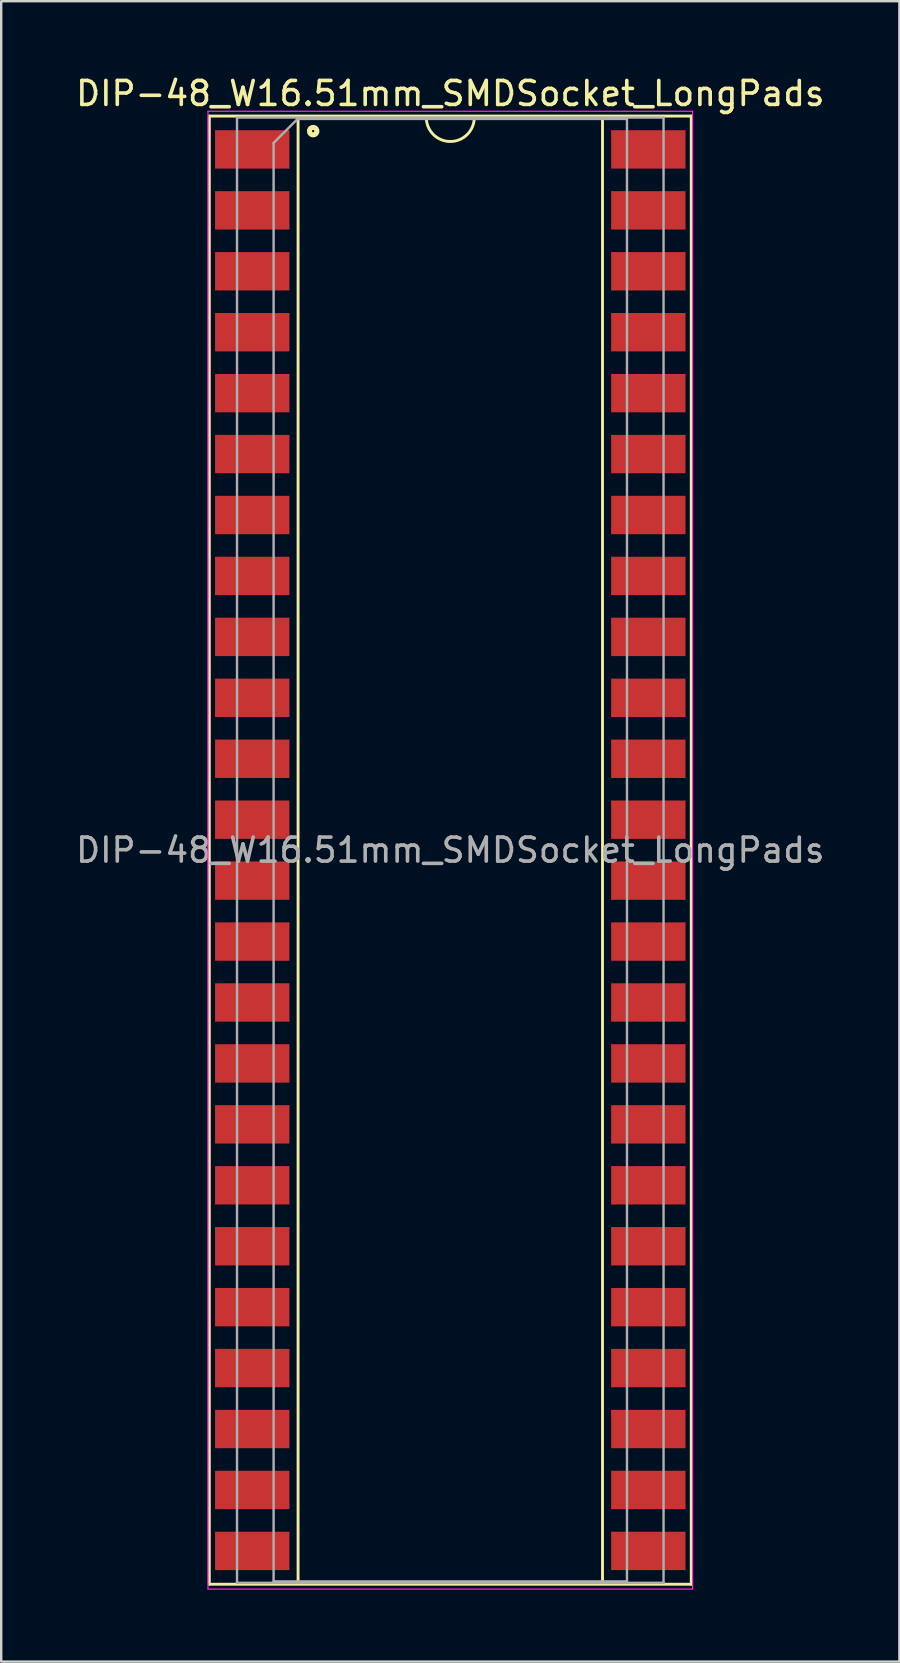
<source format=kicad_pcb>
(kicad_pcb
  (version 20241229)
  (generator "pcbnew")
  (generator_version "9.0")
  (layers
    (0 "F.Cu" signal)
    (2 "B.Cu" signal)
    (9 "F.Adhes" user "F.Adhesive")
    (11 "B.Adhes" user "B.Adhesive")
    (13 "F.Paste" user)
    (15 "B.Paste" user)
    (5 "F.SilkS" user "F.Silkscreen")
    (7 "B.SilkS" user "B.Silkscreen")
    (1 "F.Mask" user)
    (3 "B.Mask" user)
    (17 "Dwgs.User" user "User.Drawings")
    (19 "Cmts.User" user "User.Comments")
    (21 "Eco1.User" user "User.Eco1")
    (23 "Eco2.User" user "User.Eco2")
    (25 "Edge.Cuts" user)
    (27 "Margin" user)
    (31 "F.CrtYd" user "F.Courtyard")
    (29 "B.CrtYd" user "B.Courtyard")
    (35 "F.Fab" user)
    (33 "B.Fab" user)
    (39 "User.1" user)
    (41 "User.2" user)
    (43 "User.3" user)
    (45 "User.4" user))
  (footprint "DIP-48_W16.51mm_SMDSocket_LongPads"
    (layer "F.Cu")
    (at 15.72 32.388)
    (property "Reference" "DIP-48_W16.51mm_SMDSocket_LongPads" (at 0 -31.54 0) (layer "F.SilkS") (effects (font (size 1 1) (thickness 0.15))))
    (attr smd)
    (fp_line (start -10.045 -30.6) (end -10.045 30.6) (stroke (width 0.12) (type solid)) (layer "F.SilkS"))
    (fp_line (start -10.045 30.6) (end 10.045 30.6) (stroke (width 0.12) (type solid)) (layer "F.SilkS"))
    (fp_line (start -6.345 -30.54) (end -6.345 30.54) (stroke (width 0.12) (type solid)) (layer "F.SilkS"))
    (fp_line (start -6.345 30.54) (end 6.345 30.54) (stroke (width 0.12) (type solid)) (layer "F.SilkS"))
    (fp_line (start -1 -30.54) (end -6.345 -30.54) (stroke (width 0.12) (type solid)) (layer "F.SilkS"))
    (fp_line (start 6.345 -30.54) (end 1 -30.54) (stroke (width 0.12) (type solid)) (layer "F.SilkS"))
    (fp_line (start 6.345 30.54) (end 6.345 -30.54) (stroke (width 0.12) (type solid)) (layer "F.SilkS"))
    (fp_line (start 10.045 -30.6) (end -10.045 -30.6) (stroke (width 0.12) (type solid)) (layer "F.SilkS"))
    (fp_line (start 10.045 30.6) (end 10.045 -30.6) (stroke (width 0.12) (type solid)) (layer "F.SilkS"))
    (fp_arc (start 1 -30.54) (mid 0 -29.54) (end -1 -30.54) (stroke (width 0.12) (type solid)) (layer "F.SilkS"))
    (fp_circle (center -5.715 -29.972) (end -5.665 -29.972) (stroke (width 0.12) (type solid)) (fill no) (layer "F.SilkS"))
    (fp_circle (center -5.715 -29.972) (end -5.59 -29.972) (stroke (width 0.12) (type solid)) (fill no) (layer "F.SilkS"))
    (fp_circle (center -5.715 -29.972) (end -5.515 -29.972) (stroke (width 0.12) (type solid)) (fill no) (layer "F.SilkS"))
    (fp_line (start -10.1 -30.8) (end -10.1 30.8) (stroke (width 0.05) (type solid)) (layer "F.CrtYd"))
    (fp_line (start -10.1 30.8) (end 10.1 30.8) (stroke (width 0.05) (type solid)) (layer "F.CrtYd"))
    (fp_line (start 10.1 -30.8) (end -10.1 -30.8) (stroke (width 0.05) (type solid)) (layer "F.CrtYd"))
    (fp_line (start 10.1 30.8) (end 10.1 -30.8) (stroke (width 0.05) (type solid)) (layer "F.CrtYd"))
    (fp_line (start -8.89 -30.54) (end -8.89 30.54) (stroke (width 0.1) (type solid)) (layer "F.Fab"))
    (fp_line (start -8.89 30.54) (end 8.89 30.54) (stroke (width 0.1) (type solid)) (layer "F.Fab"))
    (fp_line (start -7.365 -29.48) (end -6.365 -30.48) (stroke (width 0.1) (type solid)) (layer "F.Fab"))
    (fp_line (start -7.365 30.48) (end -7.365 -29.48) (stroke (width 0.1) (type solid)) (layer "F.Fab"))
    (fp_line (start -6.365 -30.48) (end 7.365 -30.48) (stroke (width 0.1) (type solid)) (layer "F.Fab"))
    (fp_line (start 7.365 -30.48) (end 7.365 30.48) (stroke (width 0.1) (type solid)) (layer "F.Fab"))
    (fp_line (start 7.365 30.48) (end -7.365 30.48) (stroke (width 0.1) (type solid)) (layer "F.Fab"))
    (fp_line (start 8.89 -30.54) (end -8.89 -30.54) (stroke (width 0.1) (type solid)) (layer "F.Fab"))
    (fp_line (start 8.89 30.54) (end 8.89 -30.54) (stroke (width 0.1) (type solid)) (layer "F.Fab"))
    (fp_text user "${REFERENCE}" (at 0 0 0) (layer "F.Fab") (effects (font (size 1 1) (thickness 0.15))))
    (pad "1" smd rect (at -8.255 -29.21) (size 3.1 1.6) (layers "F.Cu" "F.Mask" "F.Paste"))
    (pad "2" smd rect (at -8.255 -26.67) (size 3.1 1.6) (layers "F.Cu" "F.Mask" "F.Paste"))
    (pad "3" smd rect (at -8.255 -24.13) (size 3.1 1.6) (layers "F.Cu" "F.Mask" "F.Paste"))
    (pad "4" smd rect (at -8.255 -21.59) (size 3.1 1.6) (layers "F.Cu" "F.Mask" "F.Paste"))
    (pad "5" smd rect (at -8.255 -19.05) (size 3.1 1.6) (layers "F.Cu" "F.Mask" "F.Paste"))
    (pad "6" smd rect (at -8.255 -16.51) (size 3.1 1.6) (layers "F.Cu" "F.Mask" "F.Paste"))
    (pad "7" smd rect (at -8.255 -13.97) (size 3.1 1.6) (layers "F.Cu" "F.Mask" "F.Paste"))
    (pad "8" smd rect (at -8.255 -11.43) (size 3.1 1.6) (layers "F.Cu" "F.Mask" "F.Paste"))
    (pad "9" smd rect (at -8.255 -8.89) (size 3.1 1.6) (layers "F.Cu" "F.Mask" "F.Paste"))
    (pad "10" smd rect (at -8.255 -6.35) (size 3.1 1.6) (layers "F.Cu" "F.Mask" "F.Paste"))
    (pad "11" smd rect (at -8.255 -3.81) (size 3.1 1.6) (layers "F.Cu" "F.Mask" "F.Paste"))
    (pad "12" smd rect (at -8.255 -1.27) (size 3.1 1.6) (layers "F.Cu" "F.Mask" "F.Paste"))
    (pad "13" smd rect (at -8.255 1.27) (size 3.1 1.6) (layers "F.Cu" "F.Mask" "F.Paste"))
    (pad "14" smd rect (at -8.255 3.81) (size 3.1 1.6) (layers "F.Cu" "F.Mask" "F.Paste"))
    (pad "15" smd rect (at -8.255 6.35) (size 3.1 1.6) (layers "F.Cu" "F.Mask" "F.Paste"))
    (pad "16" smd rect (at -8.255 8.89) (size 3.1 1.6) (layers "F.Cu" "F.Mask" "F.Paste"))
    (pad "17" smd rect (at -8.255 11.43) (size 3.1 1.6) (layers "F.Cu" "F.Mask" "F.Paste"))
    (pad "18" smd rect (at -8.255 13.97) (size 3.1 1.6) (layers "F.Cu" "F.Mask" "F.Paste"))
    (pad "19" smd rect (at -8.255 16.51) (size 3.1 1.6) (layers "F.Cu" "F.Mask" "F.Paste"))
    (pad "20" smd rect (at -8.255 19.05) (size 3.1 1.6) (layers "F.Cu" "F.Mask" "F.Paste"))
    (pad "21" smd rect (at -8.255 21.59) (size 3.1 1.6) (layers "F.Cu" "F.Mask" "F.Paste"))
    (pad "22" smd rect (at -8.255 24.13) (size 3.1 1.6) (layers "F.Cu" "F.Mask" "F.Paste"))
    (pad "23" smd rect (at -8.255 26.67) (size 3.1 1.6) (layers "F.Cu" "F.Mask" "F.Paste"))
    (pad "24" smd rect (at -8.255 29.21) (size 3.1 1.6) (layers "F.Cu" "F.Mask" "F.Paste"))
    (pad "25" smd rect (at 8.255 29.21) (size 3.1 1.6) (layers "F.Cu" "F.Mask" "F.Paste"))
    (pad "26" smd rect (at 8.255 26.67) (size 3.1 1.6) (layers "F.Cu" "F.Mask" "F.Paste"))
    (pad "27" smd rect (at 8.255 24.13) (size 3.1 1.6) (layers "F.Cu" "F.Mask" "F.Paste"))
    (pad "28" smd rect (at 8.255 21.59) (size 3.1 1.6) (layers "F.Cu" "F.Mask" "F.Paste"))
    (pad "29" smd rect (at 8.255 19.05) (size 3.1 1.6) (layers "F.Cu" "F.Mask" "F.Paste"))
    (pad "30" smd rect (at 8.255 16.51) (size 3.1 1.6) (layers "F.Cu" "F.Mask" "F.Paste"))
    (pad "31" smd rect (at 8.255 13.97) (size 3.1 1.6) (layers "F.Cu" "F.Mask" "F.Paste"))
    (pad "32" smd rect (at 8.255 11.43) (size 3.1 1.6) (layers "F.Cu" "F.Mask" "F.Paste"))
    (pad "33" smd rect (at 8.255 8.89) (size 3.1 1.6) (layers "F.Cu" "F.Mask" "F.Paste"))
    (pad "34" smd rect (at 8.255 6.35) (size 3.1 1.6) (layers "F.Cu" "F.Mask" "F.Paste"))
    (pad "35" smd rect (at 8.255 3.81) (size 3.1 1.6) (layers "F.Cu" "F.Mask" "F.Paste"))
    (pad "36" smd rect (at 8.255 1.27) (size 3.1 1.6) (layers "F.Cu" "F.Mask" "F.Paste"))
    (pad "37" smd rect (at 8.255 -1.27) (size 3.1 1.6) (layers "F.Cu" "F.Mask" "F.Paste"))
    (pad "38" smd rect (at 8.255 -3.81) (size 3.1 1.6) (layers "F.Cu" "F.Mask" "F.Paste"))
    (pad "39" smd rect (at 8.255 -6.35) (size 3.1 1.6) (layers "F.Cu" "F.Mask" "F.Paste"))
    (pad "40" smd rect (at 8.255 -8.89) (size 3.1 1.6) (layers "F.Cu" "F.Mask" "F.Paste"))
    (pad "41" smd rect (at 8.255 -11.43) (size 3.1 1.6) (layers "F.Cu" "F.Mask" "F.Paste"))
    (pad "42" smd rect (at 8.255 -13.97) (size 3.1 1.6) (layers "F.Cu" "F.Mask" "F.Paste"))
    (pad "43" smd rect (at 8.255 -16.51) (size 3.1 1.6) (layers "F.Cu" "F.Mask" "F.Paste"))
    (pad "44" smd rect (at 8.255 -19.05) (size 3.1 1.6) (layers "F.Cu" "F.Mask" "F.Paste"))
    (pad "45" smd rect (at 8.255 -21.59) (size 3.1 1.6) (layers "F.Cu" "F.Mask" "F.Paste"))
    (pad "46" smd rect (at 8.255 -24.13) (size 3.1 1.6) (layers "F.Cu" "F.Mask" "F.Paste"))
    (pad "47" smd rect (at 8.255 -26.67) (size 3.1 1.6) (layers "F.Cu" "F.Mask" "F.Paste"))
    (pad "48" smd rect (at 8.255 -29.21) (size 3.1 1.6) (layers "F.Cu" "F.Mask" "F.Paste")))
  (gr_rect
    (start -3 -3)
    (end 34.44 66.213)
    (stroke (width 0.1) (type default))
    (fill no)
    (layer "Edge.Cuts")))
</source>
